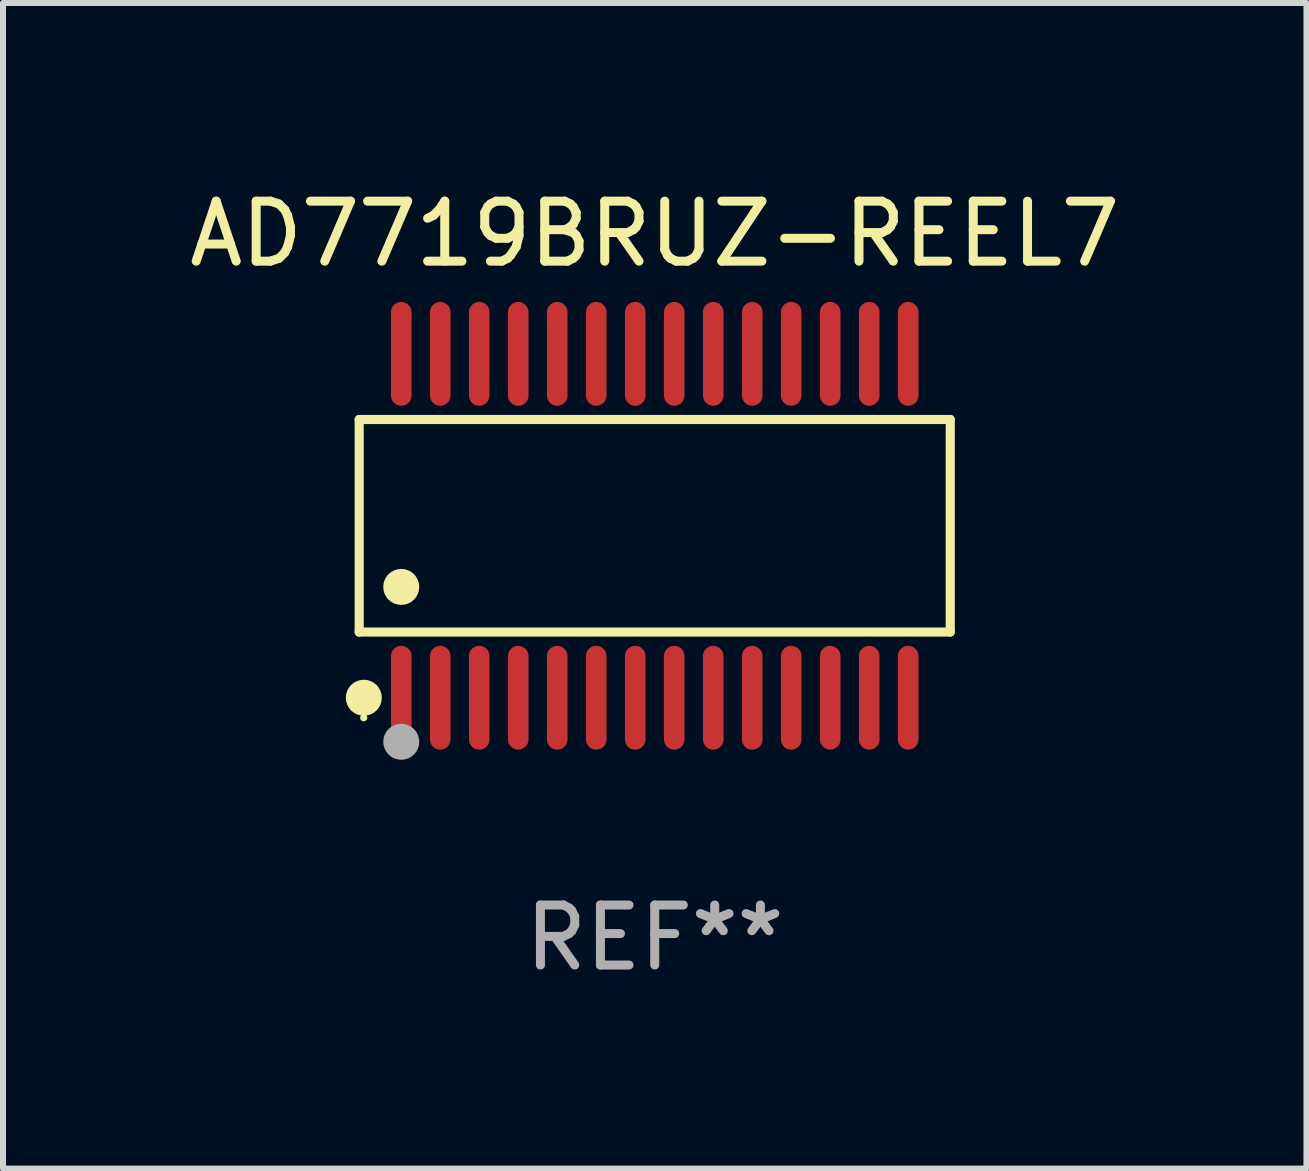
<source format=kicad_pcb>
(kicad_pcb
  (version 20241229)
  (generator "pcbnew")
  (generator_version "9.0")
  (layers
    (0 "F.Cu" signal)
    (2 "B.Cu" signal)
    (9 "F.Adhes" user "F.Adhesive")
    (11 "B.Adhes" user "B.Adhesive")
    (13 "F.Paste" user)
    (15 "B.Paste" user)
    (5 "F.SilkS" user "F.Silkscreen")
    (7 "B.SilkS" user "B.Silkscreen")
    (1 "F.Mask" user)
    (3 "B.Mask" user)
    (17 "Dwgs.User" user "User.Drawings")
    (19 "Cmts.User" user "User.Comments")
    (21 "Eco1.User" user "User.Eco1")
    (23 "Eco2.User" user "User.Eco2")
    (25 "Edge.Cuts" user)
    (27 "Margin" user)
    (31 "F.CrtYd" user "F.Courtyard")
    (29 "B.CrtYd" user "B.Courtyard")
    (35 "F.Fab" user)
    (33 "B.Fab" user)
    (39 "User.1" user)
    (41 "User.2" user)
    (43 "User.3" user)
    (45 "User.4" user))
  (footprint "AD7719BRUZ-REEL7"
    (layer "F.Cu")
    (at 7.863 5.714)
    (property "Reference" "AD7719BRUZ-REEL7" (at 0 -4.866 0) (layer "F.SilkS") (effects (font (size 1 1) (thickness 0.15))))
    (attr through_hole)
    (fp_line (start -4.926 -1.772) (end 4.926 -1.772) (stroke (width 0.152) (type solid)) (layer "F.SilkS"))
    (fp_line (start -4.926 1.771) (end -4.926 -1.772) (stroke (width 0.152) (type solid)) (layer "F.SilkS"))
    (fp_line (start 4.926 -1.772) (end 4.926 1.771) (stroke (width 0.152) (type solid)) (layer "F.SilkS"))
    (fp_line (start 4.926 1.771) (end -4.926 1.771) (stroke (width 0.152) (type solid)) (layer "F.SilkS"))
    (fp_circle (center -4.85 3.2) (end -4.82 3.2) (stroke (width 0.06) (type solid)) (fill no) (layer "F.SilkS"))
    (fp_circle (center -4.849 2.866) (end -4.699 2.866) (stroke (width 0.3) (type solid)) (fill no) (layer "F.SilkS"))
    (fp_circle (center -4.225 1.019) (end -4.075 1.019) (stroke (width 0.3) (type solid)) (fill no) (layer "F.SilkS"))
    (fp_circle (center -4.225 3.6) (end -4.075 3.6) (stroke (width 0.3) (type solid)) (fill no) (layer "F.Fab"))
    (fp_text user "REF**" (at 0 6.866 0) (layer "F.Fab") (effects (font (size 1 1) (thickness 0.15))))
    (pad "1" smd oval (at -4.225 2.866) (size 0.343 1.731) (layers "F.Cu" "F.Mask" "F.Paste"))
    (pad "2" smd oval (at -3.575 2.866) (size 0.343 1.731) (layers "F.Cu" "F.Mask" "F.Paste"))
    (pad "3" smd oval (at -2.925 2.866) (size 0.343 1.731) (layers "F.Cu" "F.Mask" "F.Paste"))
    (pad "4" smd oval (at -2.275 2.866) (size 0.343 1.731) (layers "F.Cu" "F.Mask" "F.Paste"))
    (pad "5" smd oval (at -1.625 2.866) (size 0.343 1.731) (layers "F.Cu" "F.Mask" "F.Paste"))
    (pad "6" smd oval (at -0.975 2.866) (size 0.343 1.731) (layers "F.Cu" "F.Mask" "F.Paste"))
    (pad "7" smd oval (at -0.325 2.866) (size 0.343 1.731) (layers "F.Cu" "F.Mask" "F.Paste"))
    (pad "8" smd oval (at 0.325 2.866) (size 0.343 1.731) (layers "F.Cu" "F.Mask" "F.Paste"))
    (pad "9" smd oval (at 0.975 2.866) (size 0.343 1.731) (layers "F.Cu" "F.Mask" "F.Paste"))
    (pad "10" smd oval (at 1.625 2.866) (size 0.343 1.731) (layers "F.Cu" "F.Mask" "F.Paste"))
    (pad "11" smd oval (at 2.275 2.866) (size 0.343 1.731) (layers "F.Cu" "F.Mask" "F.Paste"))
    (pad "12" smd oval (at 2.925 2.866) (size 0.343 1.731) (layers "F.Cu" "F.Mask" "F.Paste"))
    (pad "13" smd oval (at 3.575 2.866) (size 0.343 1.731) (layers "F.Cu" "F.Mask" "F.Paste"))
    (pad "14" smd oval (at 4.225 2.866) (size 0.343 1.731) (layers "F.Cu" "F.Mask" "F.Paste"))
    (pad "15" smd oval (at 4.225 -2.866) (size 0.343 1.731) (layers "F.Cu" "F.Mask" "F.Paste"))
    (pad "16" smd oval (at 3.575 -2.866) (size 0.343 1.731) (layers "F.Cu" "F.Mask" "F.Paste"))
    (pad "17" smd oval (at 2.925 -2.866) (size 0.343 1.731) (layers "F.Cu" "F.Mask" "F.Paste"))
    (pad "18" smd oval (at 2.275 -2.866) (size 0.343 1.731) (layers "F.Cu" "F.Mask" "F.Paste"))
    (pad "19" smd oval (at 1.625 -2.866) (size 0.343 1.731) (layers "F.Cu" "F.Mask" "F.Paste"))
    (pad "20" smd oval (at 0.975 -2.866) (size 0.343 1.731) (layers "F.Cu" "F.Mask" "F.Paste"))
    (pad "21" smd oval (at 0.325 -2.866) (size 0.343 1.731) (layers "F.Cu" "F.Mask" "F.Paste"))
    (pad "22" smd oval (at -0.325 -2.866) (size 0.343 1.731) (layers "F.Cu" "F.Mask" "F.Paste"))
    (pad "23" smd oval (at -0.975 -2.866) (size 0.343 1.731) (layers "F.Cu" "F.Mask" "F.Paste"))
    (pad "24" smd oval (at -1.625 -2.866) (size 0.343 1.731) (layers "F.Cu" "F.Mask" "F.Paste"))
    (pad "25" smd oval (at -2.275 -2.866) (size 0.343 1.731) (layers "F.Cu" "F.Mask" "F.Paste"))
    (pad "26" smd oval (at -2.925 -2.866) (size 0.343 1.731) (layers "F.Cu" "F.Mask" "F.Paste"))
    (pad "27" smd oval (at -3.575 -2.866) (size 0.343 1.731) (layers "F.Cu" "F.Mask" "F.Paste"))
    (pad "28" smd oval (at -4.225 -2.866) (size 0.343 1.731) (layers "F.Cu" "F.Mask" "F.Paste")))
  (gr_rect
    (start -3 -3)
    (end 18.726 16.428)
    (stroke (width 0.1) (type default))
    (fill no)
    (layer "Edge.Cuts")))
</source>
